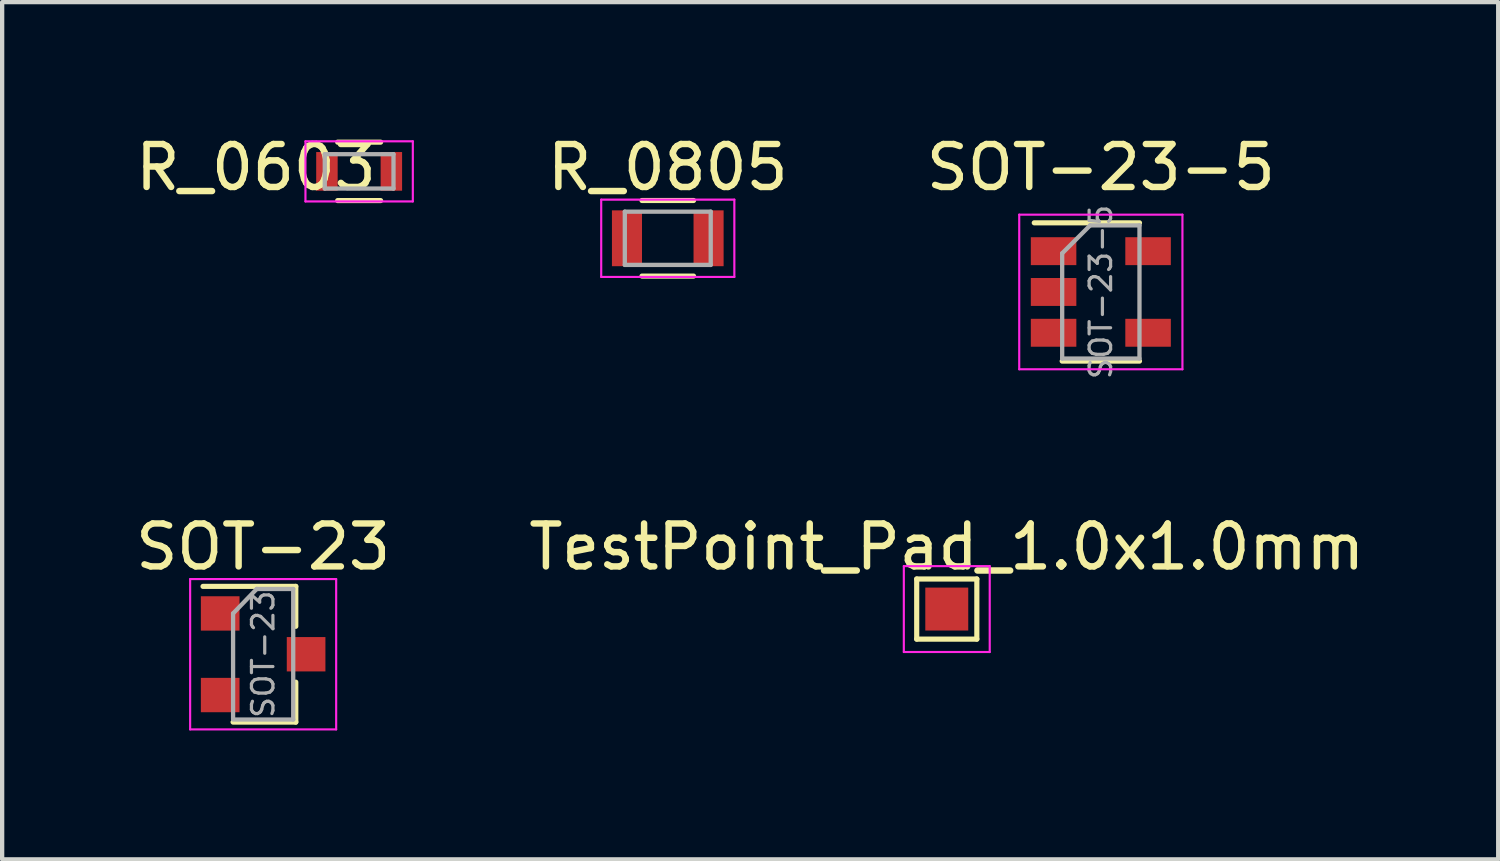
<source format=kicad_pcb>
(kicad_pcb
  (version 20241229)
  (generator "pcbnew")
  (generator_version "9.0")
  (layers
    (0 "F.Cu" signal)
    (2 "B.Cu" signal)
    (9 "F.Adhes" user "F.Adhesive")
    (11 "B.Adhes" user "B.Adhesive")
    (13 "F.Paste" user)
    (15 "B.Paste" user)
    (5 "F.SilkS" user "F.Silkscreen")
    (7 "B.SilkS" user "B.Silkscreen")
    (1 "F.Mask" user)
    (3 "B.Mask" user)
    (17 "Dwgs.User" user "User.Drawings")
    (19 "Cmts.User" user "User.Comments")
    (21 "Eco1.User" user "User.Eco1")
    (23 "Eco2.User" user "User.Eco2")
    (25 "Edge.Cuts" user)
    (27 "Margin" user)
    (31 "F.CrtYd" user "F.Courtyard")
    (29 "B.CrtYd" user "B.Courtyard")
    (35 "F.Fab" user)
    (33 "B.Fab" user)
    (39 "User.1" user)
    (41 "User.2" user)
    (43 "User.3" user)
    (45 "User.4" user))
  (footprint "SOT-23"
    (layer "F.Cu")
    (at 3.077 12.183)
    (property "Reference" "SOT-23" (at 0 -2.5 180) (layer "F.SilkS") (effects (font (size 1 1) (thickness 0.15))))
    (attr smd)
    (fp_line (start 0.76 -1.58) (end -1.4 -1.58) (stroke (width 0.12) (type solid)) (layer "F.SilkS"))
    (fp_line (start 0.76 -1.58) (end 0.76 -0.65) (stroke (width 0.12) (type solid)) (layer "F.SilkS"))
    (fp_line (start 0.76 1.58) (end -0.7 1.58) (stroke (width 0.12) (type solid)) (layer "F.SilkS"))
    (fp_line (start 0.76 1.58) (end 0.76 0.65) (stroke (width 0.12) (type solid)) (layer "F.SilkS"))
    (fp_line (start -1.7 -1.75) (end 1.7 -1.75) (stroke (width 0.05) (type solid)) (layer "F.CrtYd"))
    (fp_line (start -1.7 1.75) (end -1.7 -1.75) (stroke (width 0.05) (type solid)) (layer "F.CrtYd"))
    (fp_line (start 1.7 -1.75) (end 1.7 1.75) (stroke (width 0.05) (type solid)) (layer "F.CrtYd"))
    (fp_line (start 1.7 1.75) (end -1.7 1.75) (stroke (width 0.05) (type solid)) (layer "F.CrtYd"))
    (fp_line (start -0.7 -0.95) (end -0.7 1.5) (stroke (width 0.1) (type solid)) (layer "F.Fab"))
    (fp_line (start -0.7 -0.95) (end -0.15 -1.52) (stroke (width 0.1) (type solid)) (layer "F.Fab"))
    (fp_line (start -0.7 1.52) (end 0.7 1.52) (stroke (width 0.1) (type solid)) (layer "F.Fab"))
    (fp_line (start -0.15 -1.52) (end 0.7 -1.52) (stroke (width 0.1) (type solid)) (layer "F.Fab"))
    (fp_line (start 0.7 -1.52) (end 0.7 1.52) (stroke (width 0.1) (type solid)) (layer "F.Fab"))
    (fp_text user "${REFERENCE}" (at 0 0 90) (layer "F.Fab") (effects (font (size 0.5 0.5) (thickness 0.075))))
    (pad "1" smd rect (at -1 -0.95) (size 0.9 0.8) (layers "F.Cu" "F.Mask" "F.Paste"))
    (pad "2" smd rect (at -1 0.95) (size 0.9 0.8) (layers "F.Cu" "F.Mask" "F.Paste"))
    (pad "3" smd rect (at 1 0) (size 0.9 0.8) (layers "F.Cu" "F.Mask" "F.Paste")))
  (footprint "R_0805"
    (layer "F.Cu")
    (at 12.498 2.498)
    (property "Reference" "R_0805" (at 0 -1.65 0) (layer "F.SilkS") (effects (font (size 1 1) (thickness 0.15))))
    (attr smd)
    (fp_line (start -0.6 -0.88) (end 0.6 -0.88) (stroke (width 0.12) (type solid)) (layer "F.SilkS"))
    (fp_line (start 0.6 0.88) (end -0.6 0.88) (stroke (width 0.12) (type solid)) (layer "F.SilkS"))
    (fp_line (start -1.55 -0.9) (end -1.55 0.9) (stroke (width 0.05) (type solid)) (layer "F.CrtYd"))
    (fp_line (start -1.55 -0.9) (end 1.55 -0.9) (stroke (width 0.05) (type solid)) (layer "F.CrtYd"))
    (fp_line (start 1.55 0.9) (end -1.55 0.9) (stroke (width 0.05) (type solid)) (layer "F.CrtYd"))
    (fp_line (start 1.55 0.9) (end 1.55 -0.9) (stroke (width 0.05) (type solid)) (layer "F.CrtYd"))
    (fp_line (start -1 -0.62) (end 1 -0.62) (stroke (width 0.1) (type solid)) (layer "F.Fab"))
    (fp_line (start -1 0.62) (end -1 -0.62) (stroke (width 0.1) (type solid)) (layer "F.Fab"))
    (fp_line (start 1 -0.62) (end 1 0.62) (stroke (width 0.1) (type solid)) (layer "F.Fab"))
    (fp_line (start 1 0.62) (end -1 0.62) (stroke (width 0.1) (type solid)) (layer "F.Fab"))
    (pad "1" smd rect (at -0.95 0) (size 0.7 1.3) (layers "F.Cu" "F.Mask" "F.Paste"))
    (pad "2" smd rect (at 0.95 0) (size 0.7 1.3) (layers "F.Cu" "F.Mask" "F.Paste")))
  (footprint "SOT-23-5"
    (layer "F.Cu")
    (at 22.581 3.748)
    (property "Reference" "SOT-23-5" (at 0 -2.9 180) (layer "F.SilkS") (effects (font (size 1 1) (thickness 0.15))))
    (attr smd)
    (fp_line (start -0.9 1.61) (end 0.9 1.61) (stroke (width 0.12) (type solid)) (layer "F.SilkS"))
    (fp_line (start 0.9 -1.61) (end -1.55 -1.61) (stroke (width 0.12) (type solid)) (layer "F.SilkS"))
    (fp_line (start -1.9 -1.8) (end 1.9 -1.8) (stroke (width 0.05) (type solid)) (layer "F.CrtYd"))
    (fp_line (start -1.9 1.8) (end -1.9 -1.8) (stroke (width 0.05) (type solid)) (layer "F.CrtYd"))
    (fp_line (start 1.9 -1.8) (end 1.9 1.8) (stroke (width 0.05) (type solid)) (layer "F.CrtYd"))
    (fp_line (start 1.9 1.8) (end -1.9 1.8) (stroke (width 0.05) (type solid)) (layer "F.CrtYd"))
    (fp_line (start -0.9 -0.9) (end -0.9 1.55) (stroke (width 0.1) (type solid)) (layer "F.Fab"))
    (fp_line (start -0.9 -0.9) (end -0.25 -1.55) (stroke (width 0.1) (type solid)) (layer "F.Fab"))
    (fp_line (start 0.9 -1.55) (end -0.25 -1.55) (stroke (width 0.1) (type solid)) (layer "F.Fab"))
    (fp_line (start 0.9 -1.55) (end 0.9 1.55) (stroke (width 0.1) (type solid)) (layer "F.Fab"))
    (fp_line (start 0.9 1.55) (end -0.9 1.55) (stroke (width 0.1) (type solid)) (layer "F.Fab"))
    (fp_text user "${REFERENCE}" (at 0 0 270) (layer "F.Fab") (effects (font (size 0.5 0.5) (thickness 0.075))))
    (pad "1" smd rect (at -1.1 -0.95) (size 1.06 0.65) (layers "F.Cu" "F.Mask" "F.Paste"))
    (pad "2" smd rect (at -1.1 0) (size 1.06 0.65) (layers "F.Cu" "F.Mask" "F.Paste"))
    (pad "3" smd rect (at -1.1 0.95) (size 1.06 0.65) (layers "F.Cu" "F.Mask" "F.Paste"))
    (pad "4" smd rect (at 1.1 0.95) (size 1.06 0.65) (layers "F.Cu" "F.Mask" "F.Paste"))
    (pad "5" smd rect (at 1.1 -0.95) (size 1.06 0.65) (layers "F.Cu" "F.Mask" "F.Paste")))
  (footprint "TestPoint_Pad_1.0x1.0mm"
    (layer "F.Cu")
    (at 18.994 11.131)
    (property "Reference" "TestPoint_Pad_1.0x1.0mm" (at 0 -1.448 0) (layer "F.SilkS") (effects (font (size 1 1) (thickness 0.15))))
    (attr exclude_from_pos_files exclude_from_bom)
    (fp_line (start -0.7 -0.7) (end 0.7 -0.7) (stroke (width 0.12) (type solid)) (layer "F.SilkS"))
    (fp_line (start -0.7 0.7) (end -0.7 -0.7) (stroke (width 0.12) (type solid)) (layer "F.SilkS"))
    (fp_line (start 0.7 -0.7) (end 0.7 0.7) (stroke (width 0.12) (type solid)) (layer "F.SilkS"))
    (fp_line (start 0.7 0.7) (end -0.7 0.7) (stroke (width 0.12) (type solid)) (layer "F.SilkS"))
    (fp_line (start -1 -1) (end -1 1) (stroke (width 0.05) (type solid)) (layer "F.CrtYd"))
    (fp_line (start -1 -1) (end 1 -1) (stroke (width 0.05) (type solid)) (layer "F.CrtYd"))
    (fp_line (start 1 1) (end -1 1) (stroke (width 0.05) (type solid)) (layer "F.CrtYd"))
    (fp_line (start 1 1) (end 1 -1) (stroke (width 0.05) (type solid)) (layer "F.CrtYd"))
    (pad "1" smd rect (at 0 0) (size 1 1) (layers "F.Cu" "F.Mask")))
  (footprint "R_0603"
    (layer "F.Cu")
    (at 5.312 0.94)
    (property "Reference" "R_0603" (at -2.401 -0.092 0) (layer "F.SilkS") (effects (font (size 1 1) (thickness 0.15))))
    (attr smd)
    (fp_line (start -0.5 -0.68) (end 0.5 -0.68) (stroke (width 0.12) (type solid)) (layer "F.SilkS"))
    (fp_line (start 0.5 0.68) (end -0.5 0.68) (stroke (width 0.12) (type solid)) (layer "F.SilkS"))
    (fp_line (start -1.25 -0.7) (end -1.25 0.7) (stroke (width 0.05) (type solid)) (layer "F.CrtYd"))
    (fp_line (start -1.25 -0.7) (end 1.25 -0.7) (stroke (width 0.05) (type solid)) (layer "F.CrtYd"))
    (fp_line (start 1.25 0.7) (end -1.25 0.7) (stroke (width 0.05) (type solid)) (layer "F.CrtYd"))
    (fp_line (start 1.25 0.7) (end 1.25 -0.7) (stroke (width 0.05) (type solid)) (layer "F.CrtYd"))
    (fp_line (start -0.8 -0.4) (end 0.8 -0.4) (stroke (width 0.1) (type solid)) (layer "F.Fab"))
    (fp_line (start -0.8 0.4) (end -0.8 -0.4) (stroke (width 0.1) (type solid)) (layer "F.Fab"))
    (fp_line (start 0.8 -0.4) (end 0.8 0.4) (stroke (width 0.1) (type solid)) (layer "F.Fab"))
    (fp_line (start 0.8 0.4) (end -0.8 0.4) (stroke (width 0.1) (type solid)) (layer "F.Fab"))
    (pad "1" smd rect (at -0.75 0) (size 0.5 0.9) (layers "F.Cu" "F.Mask" "F.Paste"))
    (pad "2" smd rect (at 0.75 0) (size 0.5 0.9) (layers "F.Cu" "F.Mask" "F.Paste")))
  (gr_rect
    (start -3 -3)
    (end 31.833 16.958)
    (stroke (width 0.1) (type default))
    (fill no)
    (layer "Edge.Cuts")))
</source>
